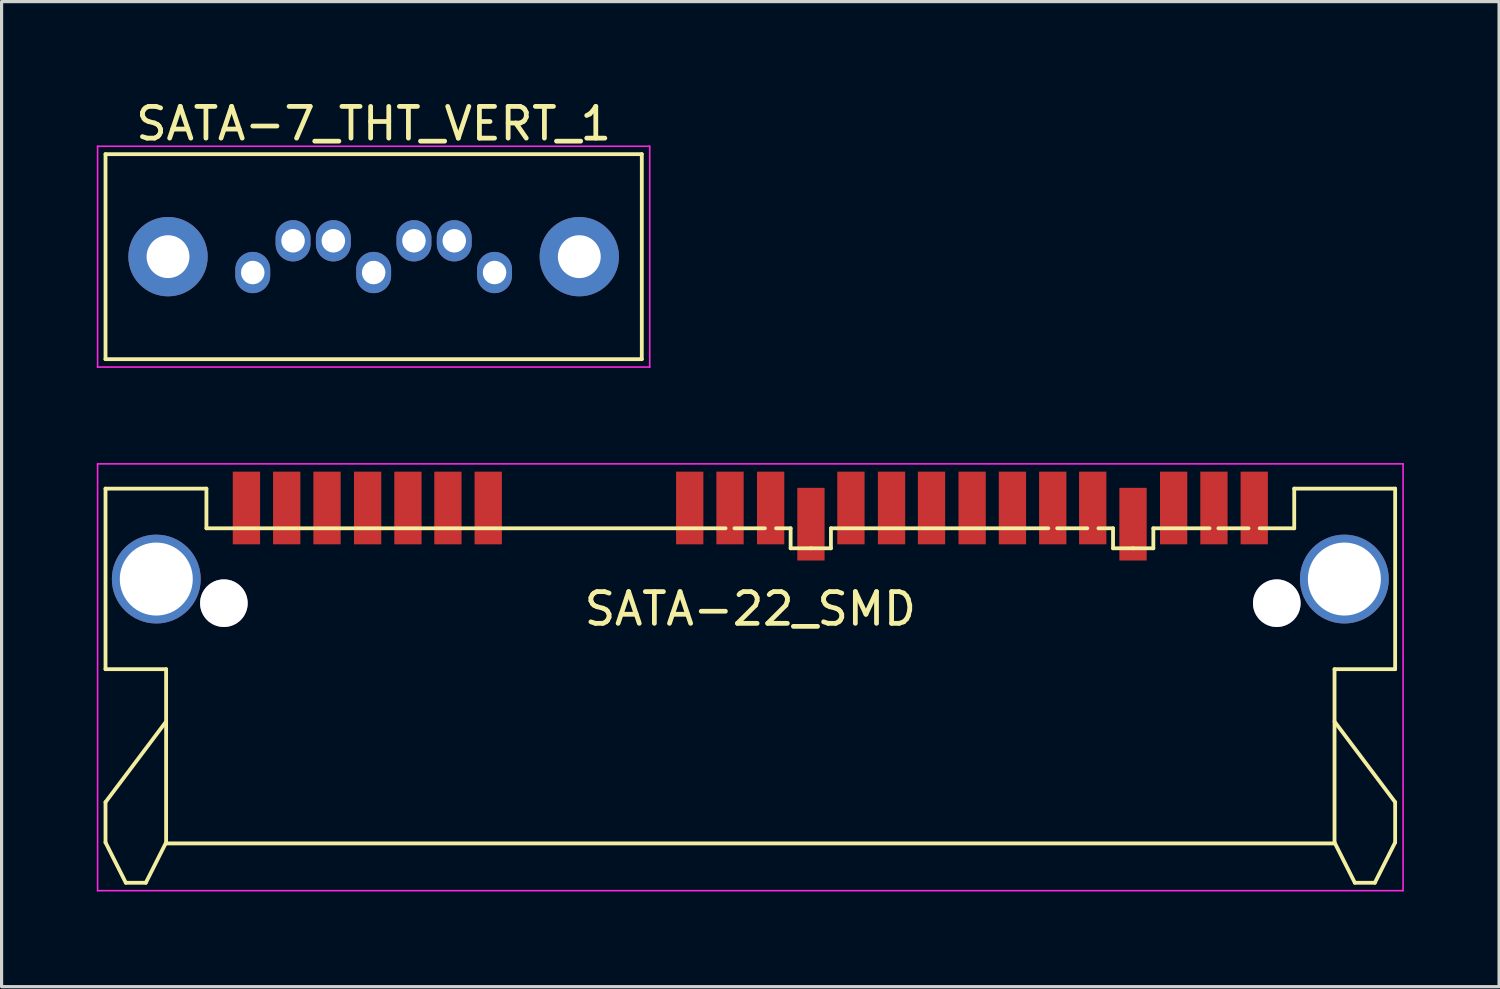
<source format=kicad_pcb>
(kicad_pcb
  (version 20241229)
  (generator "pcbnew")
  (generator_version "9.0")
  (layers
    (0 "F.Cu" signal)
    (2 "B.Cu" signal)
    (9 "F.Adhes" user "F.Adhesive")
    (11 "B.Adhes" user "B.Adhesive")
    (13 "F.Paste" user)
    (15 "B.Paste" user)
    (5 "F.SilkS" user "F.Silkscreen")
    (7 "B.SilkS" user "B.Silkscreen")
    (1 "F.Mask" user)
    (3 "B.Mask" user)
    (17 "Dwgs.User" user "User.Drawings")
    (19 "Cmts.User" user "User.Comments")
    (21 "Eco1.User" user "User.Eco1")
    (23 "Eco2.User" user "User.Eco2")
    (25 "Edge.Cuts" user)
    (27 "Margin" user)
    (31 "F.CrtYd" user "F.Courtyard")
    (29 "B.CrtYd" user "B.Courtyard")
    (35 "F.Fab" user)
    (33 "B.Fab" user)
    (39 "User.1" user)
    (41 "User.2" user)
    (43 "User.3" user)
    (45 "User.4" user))
  (footprint "SATA-22_SMD"
    (layer "F.Cu")
    (at 20.595 14.458)
    (property "Reference" "SATA-22_SMD" (at 0 1.68 0) (layer "F.SilkS") (effects (font (size 1 1) (thickness 0.15))))
    (attr smd)
    (fp_line (start -20.32 -2.11) (end -20.32 3.58) (stroke (width 0.12) (type solid)) (layer "F.SilkS"))
    (fp_line (start -20.32 3.58) (end -18.41 3.58) (stroke (width 0.12) (type solid)) (layer "F.SilkS"))
    (fp_line (start -20.32 7.77) (end -18.41 5.23) (stroke (width 0.12) (type solid)) (layer "F.SilkS"))
    (fp_line (start -20.32 9.04) (end -20.32 7.77) (stroke (width 0.12) (type solid)) (layer "F.SilkS"))
    (fp_line (start -19.68 10.31) (end -20.32 9.04) (stroke (width 0.12) (type solid)) (layer "F.SilkS"))
    (fp_line (start -19.05 10.31) (end -19.68 10.31) (stroke (width 0.12) (type solid)) (layer "F.SilkS"))
    (fp_line (start -18.41 3.58) (end -18.41 9.07) (stroke (width 0.12) (type solid)) (layer "F.SilkS"))
    (fp_line (start -18.41 9.04) (end -19.05 10.31) (stroke (width 0.12) (type solid)) (layer "F.SilkS"))
    (fp_line (start -18.41 9.07) (end 18.41 9.07) (stroke (width 0.12) (type solid)) (layer "F.SilkS"))
    (fp_line (start -17.14 -2.11) (end -20.32 -2.11) (stroke (width 0.12) (type solid)) (layer "F.SilkS"))
    (fp_line (start -17.14 -2.11) (end -17.14 -0.86) (stroke (width 0.12) (type solid)) (layer "F.SilkS"))
    (fp_line (start -17.14 -0.86) (end -0.78 -0.86) (stroke (width 0.12) (type solid)) (layer "F.SilkS"))
    (fp_line (start -0.5 -0.86) (end 0.46 -0.86) (stroke (width 0.12) (type solid)) (layer "F.SilkS"))
    (fp_line (start 0.81 -0.86) (end 1.27 -0.86) (stroke (width 0.12) (type solid)) (layer "F.SilkS"))
    (fp_line (start 1.27 -0.86) (end 1.27 -0.23) (stroke (width 0.12) (type solid)) (layer "F.SilkS"))
    (fp_line (start 1.27 -0.23) (end 1.91 -0.23) (stroke (width 0.12) (type solid)) (layer "F.SilkS"))
    (fp_line (start 1.91 -0.23) (end 2.54 -0.23) (stroke (width 0.12) (type solid)) (layer "F.SilkS"))
    (fp_line (start 2.54 -0.86) (end 9.39 -0.86) (stroke (width 0.12) (type solid)) (layer "F.SilkS"))
    (fp_line (start 2.54 -0.23) (end 2.54 -0.86) (stroke (width 0.12) (type solid)) (layer "F.SilkS"))
    (fp_line (start 9.67 -0.86) (end 10.62 -0.86) (stroke (width 0.12) (type solid)) (layer "F.SilkS"))
    (fp_line (start 10.97 -0.86) (end 11.43 -0.86) (stroke (width 0.12) (type solid)) (layer "F.SilkS"))
    (fp_line (start 11.43 -0.86) (end 11.43 -0.23) (stroke (width 0.12) (type solid)) (layer "F.SilkS"))
    (fp_line (start 11.43 -0.23) (end 12.06 -0.23) (stroke (width 0.12) (type solid)) (layer "F.SilkS"))
    (fp_line (start 12.06 -0.23) (end 12.7 -0.23) (stroke (width 0.12) (type solid)) (layer "F.SilkS"))
    (fp_line (start 12.7 -0.86) (end 14.47 -0.86) (stroke (width 0.12) (type solid)) (layer "F.SilkS"))
    (fp_line (start 12.7 -0.23) (end 12.7 -0.86) (stroke (width 0.12) (type solid)) (layer "F.SilkS"))
    (fp_line (start 14.75 -0.86) (end 15.7 -0.86) (stroke (width 0.12) (type solid)) (layer "F.SilkS"))
    (fp_line (start 16.05 -0.86) (end 17.14 -0.86) (stroke (width 0.12) (type solid)) (layer "F.SilkS"))
    (fp_line (start 17.14 -2.11) (end 17.14 -0.86) (stroke (width 0.12) (type solid)) (layer "F.SilkS"))
    (fp_line (start 18.41 3.58) (end 20.32 3.58) (stroke (width 0.12) (type solid)) (layer "F.SilkS"))
    (fp_line (start 18.41 9.04) (end 19.05 10.31) (stroke (width 0.12) (type solid)) (layer "F.SilkS"))
    (fp_line (start 18.41 9.07) (end 18.41 3.58) (stroke (width 0.12) (type solid)) (layer "F.SilkS"))
    (fp_line (start 19.05 10.31) (end 19.68 10.31) (stroke (width 0.12) (type solid)) (layer "F.SilkS"))
    (fp_line (start 19.68 10.31) (end 20.32 9.04) (stroke (width 0.12) (type solid)) (layer "F.SilkS"))
    (fp_line (start 20.32 -2.11) (end 17.14 -2.11) (stroke (width 0.12) (type solid)) (layer "F.SilkS"))
    (fp_line (start 20.32 3.58) (end 20.32 -2.11) (stroke (width 0.12) (type solid)) (layer "F.SilkS"))
    (fp_line (start 20.32 7.77) (end 18.41 5.23) (stroke (width 0.12) (type solid)) (layer "F.SilkS"))
    (fp_line (start 20.32 9.04) (end 20.32 7.77) (stroke (width 0.12) (type solid)) (layer "F.SilkS"))
    (fp_line (start -20.57 -2.89) (end -20.57 10.56) (stroke (width 0.05) (type solid)) (layer "F.CrtYd"))
    (fp_line (start -20.57 -2.89) (end 20.57 -2.89) (stroke (width 0.05) (type solid)) (layer "F.CrtYd"))
    (fp_line (start 20.57 10.56) (end -20.57 10.56) (stroke (width 0.05) (type solid)) (layer "F.CrtYd"))
    (fp_line (start 20.57 10.56) (end 20.57 -2.89) (stroke (width 0.05) (type solid)) (layer "F.CrtYd"))
    (pad "" thru_hole circle (at -18.72 0.74) (size 2.8 2.8) (drill 2.3) (layers "*.Cu" "*.Mask"))
    (pad "" thru_hole circle (at -16.59 1.5) (size 1.5 1.5) (drill 1.5) (layers "*.Cu" "*.Mask"))
    (pad "" thru_hole circle (at 16.59 1.5) (size 1.5 1.5) (drill 1.5) (layers "*.Cu" "*.Mask"))
    (pad "" thru_hole circle (at 18.72 0.74) (size 2.8 2.8) (drill 2.3) (layers "*.Cu" "*.Mask"))
    (pad "1" smd rect (at -15.88 -1.5) (size 0.86 2.29) (layers "F.Cu" "F.Mask" "F.Paste"))
    (pad "2" smd rect (at -14.61 -1.5) (size 0.86 2.29) (layers "F.Cu" "F.Mask" "F.Paste"))
    (pad "3" smd rect (at -13.34 -1.5) (size 0.86 2.29) (layers "F.Cu" "F.Mask" "F.Paste"))
    (pad "4" smd rect (at -12.06 -1.5) (size 0.86 2.29) (layers "F.Cu" "F.Mask" "F.Paste"))
    (pad "5" smd rect (at -10.79 -1.5) (size 0.86 2.29) (layers "F.Cu" "F.Mask" "F.Paste"))
    (pad "6" smd rect (at -9.53 -1.5) (size 0.86 2.29) (layers "F.Cu" "F.Mask" "F.Paste"))
    (pad "7" smd rect (at -8.26 -1.5) (size 0.86 2.29) (layers "F.Cu" "F.Mask" "F.Paste"))
    (pad "8" smd rect (at -1.91 -1.5) (size 0.86 2.29) (layers "F.Cu" "F.Mask" "F.Paste"))
    (pad "9" smd rect (at -0.64 -1.5) (size 0.86 2.29) (layers "F.Cu" "F.Mask" "F.Paste"))
    (pad "10" smd rect (at 0.64 -1.5) (size 0.86 2.29) (layers "F.Cu" "F.Mask" "F.Paste"))
    (pad "11" smd rect (at 1.91 -0.99) (size 0.86 2.29) (layers "F.Cu" "F.Mask" "F.Paste"))
    (pad "12" smd rect (at 3.17 -1.5) (size 0.86 2.29) (layers "F.Cu" "F.Mask" "F.Paste"))
    (pad "13" smd rect (at 4.45 -1.5) (size 0.86 2.29) (layers "F.Cu" "F.Mask" "F.Paste"))
    (pad "14" smd rect (at 5.71 -1.5) (size 0.86 2.29) (layers "F.Cu" "F.Mask" "F.Paste"))
    (pad "15" smd rect (at 6.99 -1.5) (size 0.86 2.29) (layers "F.Cu" "F.Mask" "F.Paste"))
    (pad "16" smd rect (at 8.26 -1.5) (size 0.86 2.29) (layers "F.Cu" "F.Mask" "F.Paste"))
    (pad "17" smd rect (at 9.53 -1.5) (size 0.86 2.29) (layers "F.Cu" "F.Mask" "F.Paste"))
    (pad "18" smd rect (at 10.79 -1.5) (size 0.86 2.29) (layers "F.Cu" "F.Mask" "F.Paste"))
    (pad "19" smd rect (at 12.06 -0.99) (size 0.86 2.29) (layers "F.Cu" "F.Mask" "F.Paste"))
    (pad "20" smd rect (at 13.34 -1.5) (size 0.86 2.29) (layers "F.Cu" "F.Mask" "F.Paste"))
    (pad "21" smd rect (at 14.61 -1.5) (size 0.86 2.29) (layers "F.Cu" "F.Mask" "F.Paste"))
    (pad "22" smd rect (at 15.88 -1.5) (size 0.86 2.29) (layers "F.Cu" "F.Mask" "F.Paste")))
  (footprint "SATA-7_THT_VERT_1"
    (layer "F.Cu")
    (at 12.535 5.538)
    (property "Reference" "SATA-7_THT_VERT_1" (at -3.81 -4.69 0) (layer "F.SilkS") (effects (font (size 1 1) (thickness 0.15))))
    (attr through_hole)
    (fp_line (start -12.26 -3.73) (end 4.64 -3.73) (stroke (width 0.12) (type solid)) (layer "F.SilkS"))
    (fp_line (start -12.26 2.73) (end -12.26 -3.73) (stroke (width 0.12) (type solid)) (layer "F.SilkS"))
    (fp_line (start 4.64 -3.73) (end 4.64 2.73) (stroke (width 0.12) (type solid)) (layer "F.SilkS"))
    (fp_line (start 4.64 2.73) (end -12.26 2.73) (stroke (width 0.12) (type solid)) (layer "F.SilkS"))
    (fp_line (start -12.51 -3.98) (end -12.51 2.98) (stroke (width 0.05) (type solid)) (layer "F.CrtYd"))
    (fp_line (start -12.51 -3.98) (end 4.89 -3.98) (stroke (width 0.05) (type solid)) (layer "F.CrtYd"))
    (fp_line (start 4.89 2.98) (end -12.51 2.98) (stroke (width 0.05) (type solid)) (layer "F.CrtYd"))
    (fp_line (start 4.89 2.98) (end 4.89 -3.98) (stroke (width 0.05) (type solid)) (layer "F.CrtYd"))
    (pad "1" thru_hole oval (at 0 0) (size 1.1 1.3) (drill 0.74) (layers "*.Cu" "*.Mask"))
    (pad "2" thru_hole oval (at -1.27 -1) (size 1.1 1.3) (drill 0.74) (layers "*.Cu" "*.Mask"))
    (pad "3" thru_hole oval (at -2.54 -1) (size 1.1 1.3) (drill 0.74) (layers "*.Cu" "*.Mask"))
    (pad "4" thru_hole oval (at -3.81 0) (size 1.1 1.3) (drill 0.74) (layers "*.Cu" "*.Mask"))
    (pad "5" thru_hole oval (at -5.08 -1) (size 1.1 1.3) (drill 0.74) (layers "*.Cu" "*.Mask"))
    (pad "6" thru_hole oval (at -6.35 -1) (size 1.1 1.3) (drill 0.74) (layers "*.Cu" "*.Mask"))
    (pad "7" thru_hole oval (at -7.62 0) (size 1.1 1.3) (drill 0.74) (layers "*.Cu" "*.Mask"))
    (pad "8" thru_hole circle (at -10.29 -0.5) (size 2.5 2.5) (drill 1.35) (layers "*.Cu" "*.Mask"))
    (pad "9" thru_hole circle (at 2.67 -0.5) (size 2.5 2.5) (drill 1.35) (layers "*.Cu" "*.Mask")))
  (gr_rect
    (start -3 -3)
    (end 44.19 28.043)
    (stroke (width 0.1) (type default))
    (fill no)
    (layer "Edge.Cuts")))
</source>
